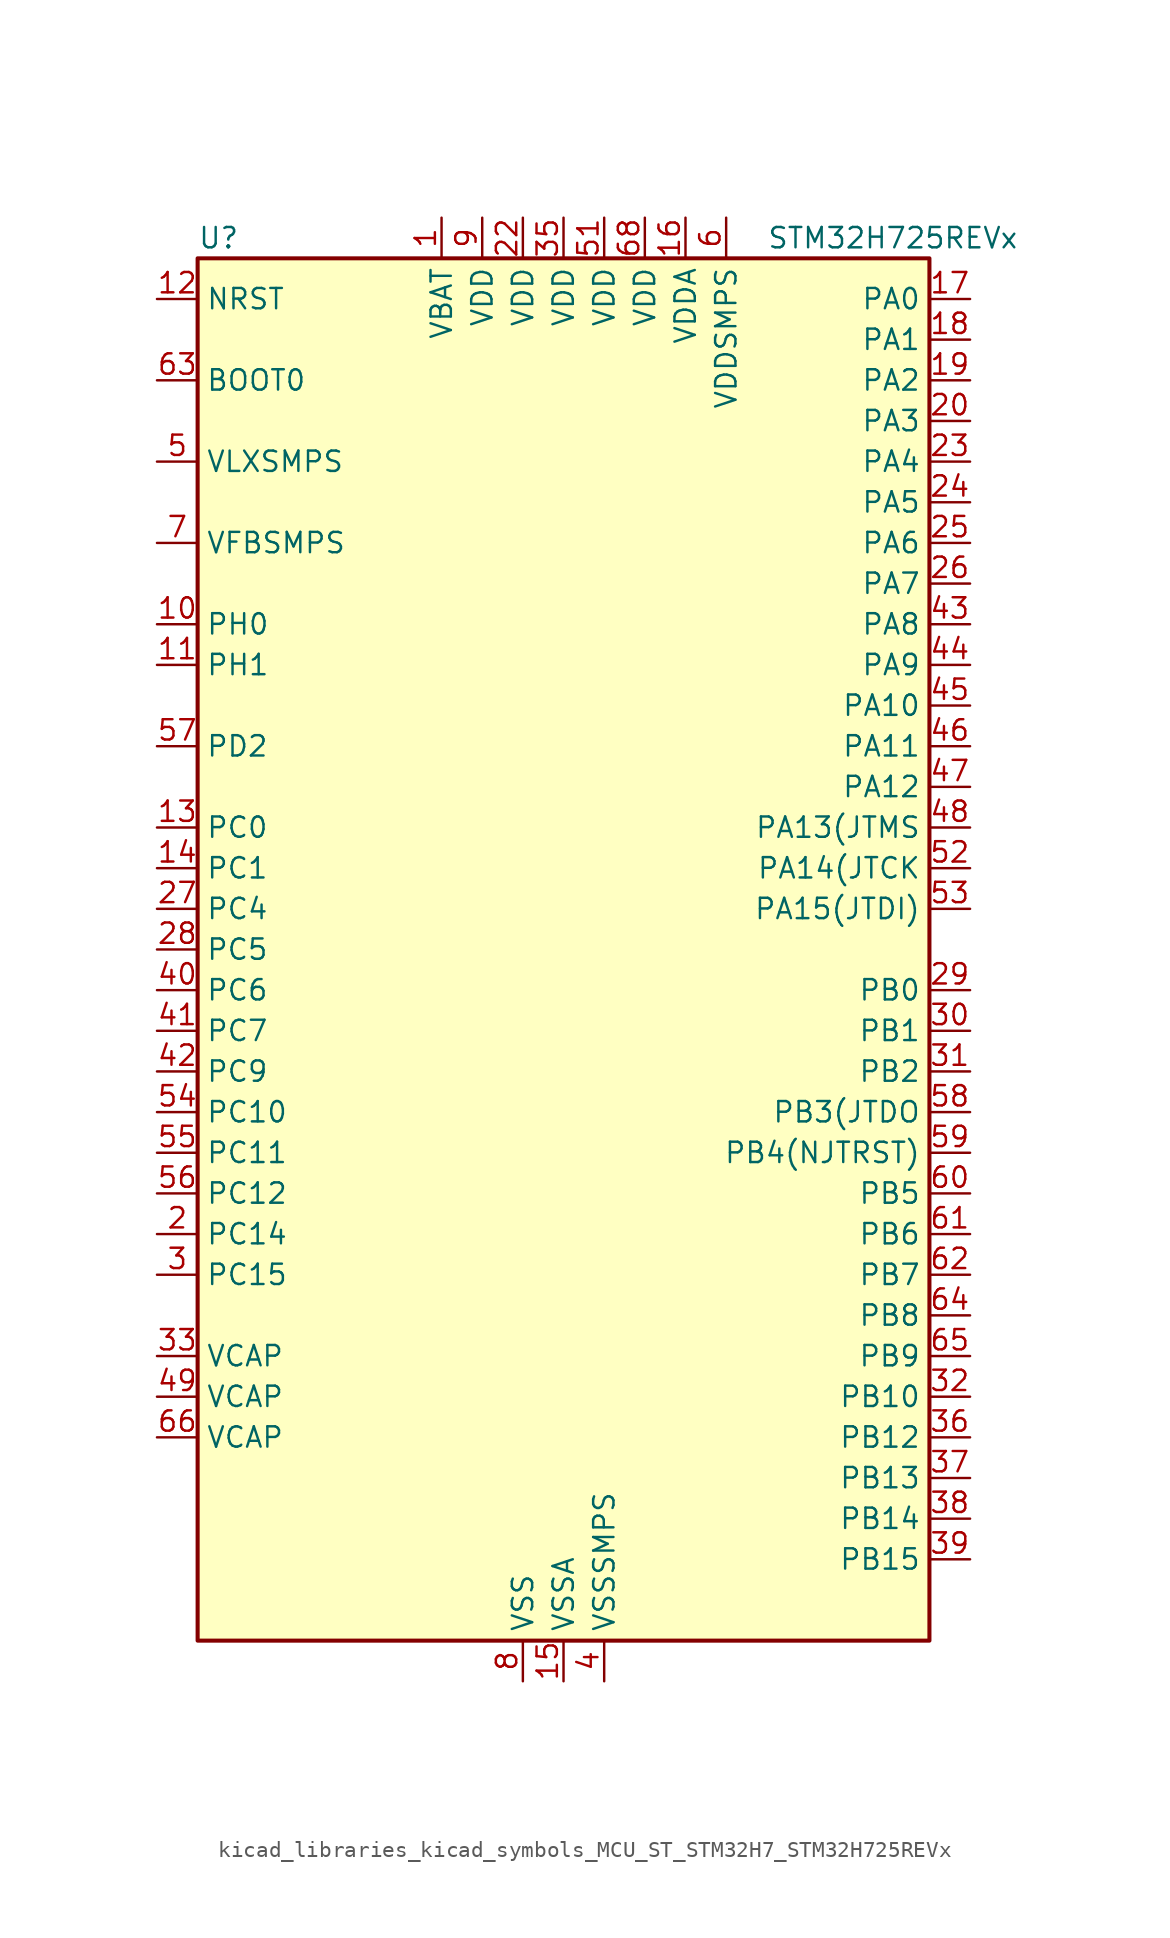
<source format=kicad_sym>
(kicad_symbol_lib
  (version 20220914)
  (generator kicad_symbol_editor)
  (symbol "kicad_libraries_kicad_symbols_MCU_ST_STM32H7_STM32H725REVx"
    (property "Reference" "U"
      (at -22.86 44.45 0)
      (effects (font (size 1.27 1.27)) (justify left)))
    (property "Value" "STM32H725REVx"
      (at 12.7 44.45 0)
      (effects (font (size 1.27 1.27)) (justify left)))
    (property "ki_locked" ""
      (at 0 0 0)
      (effects (font (size 1.27 1.27))))
    (symbol "kicad_libraries_kicad_symbols_MCU_ST_STM32H7_STM32H725REVx_0_1"
      (rectangle (start -22.86 -43.18) (end 22.86 43.18) (stroke (width 0.254) (type default)) (fill (type background))))
    (symbol "kicad_libraries_kicad_symbols_MCU_ST_STM32H7_STM32H725REVx_1_1"
      (pin power_in line (at -7.62 45.72 270) (length 2.54) (name "VBAT" (effects (font (size 1.27 1.27)))) (number "1" (effects (font (size 1.27 1.27)))))
      (pin bidirectional line (at -25.4 20.32 0) (length 2.54) (name "PH0" (effects (font (size 1.27 1.27)))) (number "10" (effects (font (size 1.27 1.27)))) (alternate "RCC_OSC_IN" bidirectional line))
      (pin bidirectional line (at -25.4 17.78 0) (length 2.54) (name "PH1" (effects (font (size 1.27 1.27)))) (number "11" (effects (font (size 1.27 1.27)))) (alternate "RCC_OSC_OUT" bidirectional line))
      (pin input line (at -25.4 40.64 0) (length 2.54) (name "NRST" (effects (font (size 1.27 1.27)))) (number "12" (effects (font (size 1.27 1.27)))))
      (pin bidirectional line (at -25.4 7.62 0) (length 2.54) (name "PC0" (effects (font (size 1.27 1.27)))) (number "13" (effects (font (size 1.27 1.27)))) (alternate "ADC1_INP10" bidirectional line) (alternate "ADC2_INP10" bidirectional line) (alternate "ADC3_INP10" bidirectional line) (alternate "DFSDM1_CKIN0" bidirectional line) (alternate "DFSDM1_DATIN4" bidirectional line) (alternate "LTDC_G2" bidirectional line) (alternate "LTDC_R5" bidirectional line) (alternate "SAI4_FS_B" bidirectional line) (alternate "USB_OTG_HS_ULPI_STP" bidirectional line))
      (pin bidirectional line (at -25.4 5.08 0) (length 2.54) (name "PC1" (effects (font (size 1.27 1.27)))) (number "14" (effects (font (size 1.27 1.27)))) (alternate "ADC1_INN10" bidirectional line) (alternate "ADC1_INP11" bidirectional line) (alternate "ADC2_INN10" bidirectional line) (alternate "ADC2_INP11" bidirectional line) (alternate "ADC3_INN10" bidirectional line) (alternate "ADC3_INP11" bidirectional line) (alternate "DEBUG_TRACED0" bidirectional line) (alternate "DFSDM1_CKIN4" bidirectional line) (alternate "DFSDM1_DATIN0" bidirectional line) (alternate "I2S2_SDO" bidirectional line) (alternate "LTDC_G5" bidirectional line) (alternate "MDIOS_MDC" bidirectional line) (alternate "OCTOSPIM_P1_IO4" bidirectional line) (alternate "PWR_WKUP6" bidirectional line) (alternate "RTC_TAMP3" bidirectional line) (alternate "SAI4_D1" bidirectional line) (alternate "SAI4_SD_A" bidirectional line) (alternate "SDMMC2_CK" bidirectional line) (alternate "SPI2_MOSI" bidirectional line))
      (pin power_in line (at 0 -45.72 90) (length 2.54) (name "VSSA" (effects (font (size 1.27 1.27)))) (number "15" (effects (font (size 1.27 1.27)))))
      (pin power_in line (at 7.62 45.72 270) (length 2.54) (name "VDDA" (effects (font (size 1.27 1.27)))) (number "16" (effects (font (size 1.27 1.27)))))
      (pin bidirectional line (at 25.4 40.64 180) (length 2.54) (name "PA0" (effects (font (size 1.27 1.27)))) (number "17" (effects (font (size 1.27 1.27)))) (alternate "ADC1_INP16" bidirectional line) (alternate "I2S6_WS" bidirectional line) (alternate "PWR_WKUP1" bidirectional line) (alternate "SAI4_SD_B" bidirectional line) (alternate "SDMMC2_CMD" bidirectional line) (alternate "SPI6_NSS" bidirectional line) (alternate "TIM15_BKIN" bidirectional line) (alternate "TIM2_CH1" bidirectional line) (alternate "TIM2_ETR" bidirectional line) (alternate "TIM5_CH1" bidirectional line) (alternate "TIM8_ETR" bidirectional line) (alternate "UART4_TX" bidirectional line) (alternate "USART2_CTS" bidirectional line) (alternate "USART2_NSS" bidirectional line))
      (pin bidirectional line (at 25.4 38.1 180) (length 2.54) (name "PA1" (effects (font (size 1.27 1.27)))) (number "18" (effects (font (size 1.27 1.27)))) (alternate "ADC1_INN16" bidirectional line) (alternate "ADC1_INP17" bidirectional line) (alternate "LPTIM3_OUT" bidirectional line) (alternate "LTDC_R2" bidirectional line) (alternate "OCTOSPIM_P1_DQS" bidirectional line) (alternate "OCTOSPIM_P1_IO3" bidirectional line) (alternate "SAI4_MCLK_B" bidirectional line) (alternate "TIM15_CH1N" bidirectional line) (alternate "TIM2_CH2" bidirectional line) (alternate "TIM5_CH2" bidirectional line) (alternate "UART4_RX" bidirectional line) (alternate "USART2_DE" bidirectional line) (alternate "USART2_RTS" bidirectional line))
      (pin bidirectional line (at 25.4 35.56 180) (length 2.54) (name "PA2" (effects (font (size 1.27 1.27)))) (number "19" (effects (font (size 1.27 1.27)))) (alternate "ADC1_INP14" bidirectional line) (alternate "ADC2_INP14" bidirectional line) (alternate "LPTIM4_OUT" bidirectional line) (alternate "LTDC_R1" bidirectional line) (alternate "MDIOS_MDIO" bidirectional line) (alternate "OCTOSPIM_P1_IO0" bidirectional line) (alternate "PWR_WKUP2" bidirectional line) (alternate "SAI4_SCK_B" bidirectional line) (alternate "TIM15_CH1" bidirectional line) (alternate "TIM2_CH3" bidirectional line) (alternate "TIM5_CH3" bidirectional line) (alternate "USART2_TX" bidirectional line))
      (pin bidirectional line (at -25.4 -17.78 0) (length 2.54) (name "PC14" (effects (font (size 1.27 1.27)))) (number "2" (effects (font (size 1.27 1.27)))) (alternate "RCC_OSC32_IN" bidirectional line))
      (pin bidirectional line (at 25.4 33.02 180) (length 2.54) (name "PA3" (effects (font (size 1.27 1.27)))) (number "20" (effects (font (size 1.27 1.27)))) (alternate "ADC1_INP15" bidirectional line) (alternate "ADC2_INP15" bidirectional line) (alternate "I2S6_MCK" bidirectional line) (alternate "LPTIM5_OUT" bidirectional line) (alternate "LTDC_B2" bidirectional line) (alternate "LTDC_B5" bidirectional line) (alternate "OCTOSPIM_P1_CLK" bidirectional line) (alternate "OCTOSPIM_P1_IO2" bidirectional line) (alternate "TIM15_CH2" bidirectional line) (alternate "TIM2_CH4" bidirectional line) (alternate "TIM5_CH4" bidirectional line) (alternate "USART2_RX" bidirectional line) (alternate "USB_OTG_HS_ULPI_D0" bidirectional line))
      (pin passive line (at -2.54 -45.72 90) (length 2.54) hide (name "VSS" (effects (font (size 1.27 1.27)))) (number "21" (effects (font (size 1.27 1.27)))))
      (pin power_in line (at -2.54 45.72 270) (length 2.54) (name "VDD" (effects (font (size 1.27 1.27)))) (number "22" (effects (font (size 1.27 1.27)))))
      (pin bidirectional line (at 25.4 30.48 180) (length 2.54) (name "PA4" (effects (font (size 1.27 1.27)))) (number "23" (effects (font (size 1.27 1.27)))) (alternate "ADC1_INP18" bidirectional line) (alternate "ADC2_INP18" bidirectional line) (alternate "DAC1_OUT1" bidirectional line) (alternate "DCMI_HSYNC" bidirectional line) (alternate "I2S1_WS" bidirectional line) (alternate "I2S3_WS" bidirectional line) (alternate "I2S6_WS" bidirectional line) (alternate "LTDC_VSYNC" bidirectional line) (alternate "PSSI_DE" bidirectional line) (alternate "SPI1_NSS" bidirectional line) (alternate "SPI3_NSS" bidirectional line) (alternate "SPI6_NSS" bidirectional line) (alternate "TIM5_ETR" bidirectional line) (alternate "USART2_CK" bidirectional line))
      (pin bidirectional line (at 25.4 27.94 180) (length 2.54) (name "PA5" (effects (font (size 1.27 1.27)))) (number "24" (effects (font (size 1.27 1.27)))) (alternate "ADC1_INN18" bidirectional line) (alternate "ADC1_INP19" bidirectional line) (alternate "ADC2_INN18" bidirectional line) (alternate "ADC2_INP19" bidirectional line) (alternate "DAC1_OUT2" bidirectional line) (alternate "I2S1_CK" bidirectional line) (alternate "I2S6_CK" bidirectional line) (alternate "LTDC_R4" bidirectional line) (alternate "PSSI_D14" bidirectional line) (alternate "PWR_NDSTOP2" bidirectional line) (alternate "SPI1_SCK" bidirectional line) (alternate "SPI6_SCK" bidirectional line) (alternate "TIM2_CH1" bidirectional line) (alternate "TIM2_ETR" bidirectional line) (alternate "TIM8_CH1N" bidirectional line) (alternate "USB_OTG_HS_ULPI_CK" bidirectional line))
      (pin bidirectional line (at 25.4 25.4 180) (length 2.54) (name "PA6" (effects (font (size 1.27 1.27)))) (number "25" (effects (font (size 1.27 1.27)))) (alternate "ADC1_INP3" bidirectional line) (alternate "ADC2_INP3" bidirectional line) (alternate "DCMI_PIXCLK" bidirectional line) (alternate "I2S1_SDI" bidirectional line) (alternate "I2S6_SDI" bidirectional line) (alternate "LTDC_G2" bidirectional line) (alternate "MDIOS_MDC" bidirectional line) (alternate "OCTOSPIM_P1_IO3" bidirectional line) (alternate "PSSI_PDCK" bidirectional line) (alternate "SPI1_MISO" bidirectional line) (alternate "SPI6_MISO" bidirectional line) (alternate "TIM13_CH1" bidirectional line) (alternate "TIM1_BKIN" bidirectional line) (alternate "TIM1_BKIN_COMP1" bidirectional line) (alternate "TIM1_BKIN_COMP2" bidirectional line) (alternate "TIM3_CH1" bidirectional line) (alternate "TIM8_BKIN" bidirectional line) (alternate "TIM8_BKIN_COMP1" bidirectional line) (alternate "TIM8_BKIN_COMP2" bidirectional line))
      (pin bidirectional line (at 25.4 22.86 180) (length 2.54) (name "PA7" (effects (font (size 1.27 1.27)))) (number "26" (effects (font (size 1.27 1.27)))) (alternate "ADC1_INN3" bidirectional line) (alternate "ADC1_INP7" bidirectional line) (alternate "ADC2_INN3" bidirectional line) (alternate "ADC2_INP7" bidirectional line) (alternate "I2S1_SDO" bidirectional line) (alternate "I2S6_SDO" bidirectional line) (alternate "LTDC_VSYNC" bidirectional line) (alternate "OCTOSPIM_P1_IO2" bidirectional line) (alternate "OPAMP1_VINM" bidirectional line) (alternate "SPI1_MOSI" bidirectional line) (alternate "SPI6_MOSI" bidirectional line) (alternate "TIM14_CH1" bidirectional line) (alternate "TIM1_CH1N" bidirectional line) (alternate "TIM3_CH2" bidirectional line) (alternate "TIM8_CH1N" bidirectional line))
      (pin bidirectional line (at -25.4 2.54 0) (length 2.54) (name "PC4" (effects (font (size 1.27 1.27)))) (number "27" (effects (font (size 1.27 1.27)))) (alternate "ADC1_INP4" bidirectional line) (alternate "ADC2_INP4" bidirectional line) (alternate "COMP1_INM" bidirectional line) (alternate "DFSDM1_CKIN2" bidirectional line) (alternate "I2S1_MCK" bidirectional line) (alternate "LTDC_R7" bidirectional line) (alternate "OPAMP1_VOUT" bidirectional line) (alternate "SDMMC2_CKIN" bidirectional line) (alternate "SPDIFRX1_IN2" bidirectional line))
      (pin bidirectional line (at -25.4 0 0) (length 2.54) (name "PC5" (effects (font (size 1.27 1.27)))) (number "28" (effects (font (size 1.27 1.27)))) (alternate "ADC1_INN4" bidirectional line) (alternate "ADC1_INP8" bidirectional line) (alternate "ADC2_INN4" bidirectional line) (alternate "ADC2_INP8" bidirectional line) (alternate "COMP1_OUT" bidirectional line) (alternate "DFSDM1_DATIN2" bidirectional line) (alternate "LTDC_DE" bidirectional line) (alternate "OCTOSPIM_P1_DQS" bidirectional line) (alternate "OPAMP1_VINM" bidirectional line) (alternate "PSSI_D15" bidirectional line) (alternate "SAI4_D3" bidirectional line) (alternate "SPDIFRX1_IN3" bidirectional line))
      (pin bidirectional line (at 25.4 -2.54 180) (length 2.54) (name "PB0" (effects (font (size 1.27 1.27)))) (number "29" (effects (font (size 1.27 1.27)))) (alternate "ADC1_INN5" bidirectional line) (alternate "ADC1_INP9" bidirectional line) (alternate "ADC2_INN5" bidirectional line) (alternate "ADC2_INP9" bidirectional line) (alternate "COMP1_INP" bidirectional line) (alternate "DFSDM1_CKOUT" bidirectional line) (alternate "LTDC_G1" bidirectional line) (alternate "LTDC_R3" bidirectional line) (alternate "OCTOSPIM_P1_IO1" bidirectional line) (alternate "OPAMP1_VINP" bidirectional line) (alternate "TIM1_CH2N" bidirectional line) (alternate "TIM3_CH3" bidirectional line) (alternate "TIM8_CH2N" bidirectional line) (alternate "UART4_CTS" bidirectional line) (alternate "USB_OTG_HS_ULPI_D1" bidirectional line))
      (pin bidirectional line (at -25.4 -20.32 0) (length 2.54) (name "PC15" (effects (font (size 1.27 1.27)))) (number "3" (effects (font (size 1.27 1.27)))) (alternate "ADC1_EXTI15" bidirectional line) (alternate "ADC2_EXTI15" bidirectional line) (alternate "ADC3_EXTI15" bidirectional line) (alternate "RCC_OSC32_OUT" bidirectional line))
      (pin bidirectional line (at 25.4 -5.08 180) (length 2.54) (name "PB1" (effects (font (size 1.27 1.27)))) (number "30" (effects (font (size 1.27 1.27)))) (alternate "ADC1_INP5" bidirectional line) (alternate "ADC2_INP5" bidirectional line) (alternate "COMP1_INM" bidirectional line) (alternate "DFSDM1_DATIN1" bidirectional line) (alternate "LTDC_G0" bidirectional line) (alternate "LTDC_R6" bidirectional line) (alternate "OCTOSPIM_P1_IO0" bidirectional line) (alternate "TIM1_CH3N" bidirectional line) (alternate "TIM3_CH4" bidirectional line) (alternate "TIM8_CH3N" bidirectional line) (alternate "USB_OTG_HS_ULPI_D2" bidirectional line))
      (pin bidirectional line (at 25.4 -7.62 180) (length 2.54) (name "PB2" (effects (font (size 1.27 1.27)))) (number "31" (effects (font (size 1.27 1.27)))) (alternate "COMP1_INP" bidirectional line) (alternate "DFSDM1_CKIN1" bidirectional line) (alternate "I2S3_SDO" bidirectional line) (alternate "OCTOSPIM_P1_CLK" bidirectional line) (alternate "OCTOSPIM_P1_DQS" bidirectional line) (alternate "RTC_OUT_ALARM" bidirectional line) (alternate "RTC_OUT_CALIB" bidirectional line) (alternate "SAI4_D1" bidirectional line) (alternate "SAI4_SD_A" bidirectional line) (alternate "SPI3_MOSI" bidirectional line) (alternate "TIM23_ETR" bidirectional line))
      (pin bidirectional line (at 25.4 -27.94 180) (length 2.54) (name "PB10" (effects (font (size 1.27 1.27)))) (number "32" (effects (font (size 1.27 1.27)))) (alternate "DFSDM1_DATIN7" bidirectional line) (alternate "I2C2_SCL" bidirectional line) (alternate "I2S2_CK" bidirectional line) (alternate "LPTIM2_IN1" bidirectional line) (alternate "LTDC_G4" bidirectional line) (alternate "OCTOSPIM_P1_NCS" bidirectional line) (alternate "SPI2_SCK" bidirectional line) (alternate "TIM2_CH3" bidirectional line) (alternate "USART3_TX" bidirectional line) (alternate "USB_OTG_HS_ULPI_D3" bidirectional line))
      (pin power_out line (at -25.4 -25.4 0) (length 2.54) (name "VCAP" (effects (font (size 1.27 1.27)))) (number "33" (effects (font (size 1.27 1.27)))))
      (pin passive line (at -2.54 -45.72 90) (length 2.54) hide (name "VSS" (effects (font (size 1.27 1.27)))) (number "34" (effects (font (size 1.27 1.27)))))
      (pin power_in line (at 0 45.72 270) (length 2.54) (name "VDD" (effects (font (size 1.27 1.27)))) (number "35" (effects (font (size 1.27 1.27)))))
      (pin bidirectional line (at 25.4 -30.48 180) (length 2.54) (name "PB12" (effects (font (size 1.27 1.27)))) (number "36" (effects (font (size 1.27 1.27)))) (alternate "DFSDM1_DATIN1" bidirectional line) (alternate "FDCAN2_RX" bidirectional line) (alternate "I2C2_SMBA" bidirectional line) (alternate "I2S2_WS" bidirectional line) (alternate "OCTOSPIM_P1_IO0" bidirectional line) (alternate "OCTOSPIM_P1_NCLK" bidirectional line) (alternate "SPI2_NSS" bidirectional line) (alternate "TIM1_BKIN" bidirectional line) (alternate "TIM1_BKIN_COMP1" bidirectional line) (alternate "TIM1_BKIN_COMP2" bidirectional line) (alternate "UART5_RX" bidirectional line) (alternate "USART3_CK" bidirectional line) (alternate "USB_OTG_HS_ULPI_D5" bidirectional line))
      (pin bidirectional line (at 25.4 -33.02 180) (length 2.54) (name "PB13" (effects (font (size 1.27 1.27)))) (number "37" (effects (font (size 1.27 1.27)))) (alternate "DCMI_D2" bidirectional line) (alternate "DFSDM1_CKIN1" bidirectional line) (alternate "FDCAN2_TX" bidirectional line) (alternate "I2S2_CK" bidirectional line) (alternate "LPTIM2_OUT" bidirectional line) (alternate "OCTOSPIM_P1_IO2" bidirectional line) (alternate "PSSI_D2" bidirectional line) (alternate "SDMMC1_D0" bidirectional line) (alternate "SPI2_SCK" bidirectional line) (alternate "TIM1_CH1N" bidirectional line) (alternate "UART5_TX" bidirectional line) (alternate "USART3_CTS" bidirectional line) (alternate "USART3_NSS" bidirectional line) (alternate "USB_OTG_HS_ULPI_D6" bidirectional line))
      (pin bidirectional line (at 25.4 -35.56 180) (length 2.54) (name "PB14" (effects (font (size 1.27 1.27)))) (number "38" (effects (font (size 1.27 1.27)))) (alternate "DFSDM1_DATIN2" bidirectional line) (alternate "I2S2_SDI" bidirectional line) (alternate "LTDC_CLK" bidirectional line) (alternate "SDMMC2_D0" bidirectional line) (alternate "SPI2_MISO" bidirectional line) (alternate "TIM12_CH1" bidirectional line) (alternate "TIM1_CH2N" bidirectional line) (alternate "TIM8_CH2N" bidirectional line) (alternate "UART4_DE" bidirectional line) (alternate "UART4_RTS" bidirectional line) (alternate "USART1_TX" bidirectional line) (alternate "USART3_DE" bidirectional line) (alternate "USART3_RTS" bidirectional line))
      (pin bidirectional line (at 25.4 -38.1 180) (length 2.54) (name "PB15" (effects (font (size 1.27 1.27)))) (number "39" (effects (font (size 1.27 1.27)))) (alternate "ADC1_EXTI15" bidirectional line) (alternate "ADC2_EXTI15" bidirectional line) (alternate "ADC3_EXTI15" bidirectional line) (alternate "DFSDM1_CKIN2" bidirectional line) (alternate "I2S2_SDO" bidirectional line) (alternate "LTDC_G7" bidirectional line) (alternate "RTC_REFIN" bidirectional line) (alternate "SDMMC2_D1" bidirectional line) (alternate "SPI2_MOSI" bidirectional line) (alternate "TIM12_CH2" bidirectional line) (alternate "TIM1_CH3N" bidirectional line) (alternate "TIM8_CH3N" bidirectional line) (alternate "UART4_CTS" bidirectional line) (alternate "USART1_RX" bidirectional line))
      (pin power_in line (at 2.54 -45.72 90) (length 2.54) (name "VSSSMPS" (effects (font (size 1.27 1.27)))) (number "4" (effects (font (size 1.27 1.27)))))
      (pin bidirectional line (at -25.4 -2.54 0) (length 2.54) (name "PC6" (effects (font (size 1.27 1.27)))) (number "40" (effects (font (size 1.27 1.27)))) (alternate "DCMI_D0" bidirectional line) (alternate "DFSDM1_CKIN3" bidirectional line) (alternate "I2S2_MCK" bidirectional line) (alternate "LTDC_HSYNC" bidirectional line) (alternate "PSSI_D0" bidirectional line) (alternate "SDMMC1_D0DIR" bidirectional line) (alternate "SDMMC1_D6" bidirectional line) (alternate "SDMMC2_D6" bidirectional line) (alternate "SWPMI1_IO" bidirectional line) (alternate "TIM3_CH1" bidirectional line) (alternate "TIM8_CH1" bidirectional line))
      (pin bidirectional line (at -25.4 -5.08 0) (length 2.54) (name "PC7" (effects (font (size 1.27 1.27)))) (number "41" (effects (font (size 1.27 1.27)))) (alternate "DCMI_D1" bidirectional line) (alternate "DEBUG_TRGIO" bidirectional line) (alternate "DFSDM1_DATIN3" bidirectional line) (alternate "I2S3_MCK" bidirectional line) (alternate "LTDC_G6" bidirectional line) (alternate "PSSI_D1" bidirectional line) (alternate "SDMMC1_D123DIR" bidirectional line) (alternate "SDMMC1_D7" bidirectional line) (alternate "SDMMC2_D7" bidirectional line) (alternate "SWPMI1_TX" bidirectional line) (alternate "TIM3_CH2" bidirectional line) (alternate "TIM8_CH2" bidirectional line))
      (pin bidirectional line (at -25.4 -7.62 0) (length 2.54) (name "PC9" (effects (font (size 1.27 1.27)))) (number "42" (effects (font (size 1.27 1.27)))) (alternate "DAC1_EXTI9" bidirectional line) (alternate "DCMI_D3" bidirectional line) (alternate "I2C3_SDA" bidirectional line) (alternate "I2S_CKIN" bidirectional line) (alternate "LTDC_B2" bidirectional line) (alternate "LTDC_G3" bidirectional line) (alternate "OCTOSPIM_P1_IO0" bidirectional line) (alternate "PSSI_D3" bidirectional line) (alternate "RCC_MCO_2" bidirectional line) (alternate "SDMMC1_D1" bidirectional line) (alternate "SWPMI1_SUSPEND" bidirectional line) (alternate "TIM3_CH4" bidirectional line) (alternate "TIM8_CH4" bidirectional line) (alternate "UART5_CTS" bidirectional line))
      (pin bidirectional line (at 25.4 20.32 180) (length 2.54) (name "PA8" (effects (font (size 1.27 1.27)))) (number "43" (effects (font (size 1.27 1.27)))) (alternate "I2C3_SCL" bidirectional line) (alternate "LTDC_B3" bidirectional line) (alternate "LTDC_R6" bidirectional line) (alternate "RCC_MCO_1" bidirectional line) (alternate "TIM1_CH1" bidirectional line) (alternate "TIM8_BKIN2" bidirectional line) (alternate "TIM8_BKIN2_COMP1" bidirectional line) (alternate "TIM8_BKIN2_COMP2" bidirectional line) (alternate "UART7_RX" bidirectional line) (alternate "USART1_CK" bidirectional line) (alternate "USB_OTG_HS_SOF" bidirectional line))
      (pin bidirectional line (at 25.4 17.78 180) (length 2.54) (name "PA9" (effects (font (size 1.27 1.27)))) (number "44" (effects (font (size 1.27 1.27)))) (alternate "DAC1_EXTI9" bidirectional line) (alternate "DCMI_D0" bidirectional line) (alternate "I2C3_SMBA" bidirectional line) (alternate "I2S2_CK" bidirectional line) (alternate "LPUART1_TX" bidirectional line) (alternate "LTDC_R5" bidirectional line) (alternate "PSSI_D0" bidirectional line) (alternate "SPI2_SCK" bidirectional line) (alternate "TIM1_CH2" bidirectional line) (alternate "USART1_TX" bidirectional line) (alternate "USB_OTG_HS_VBUS" bidirectional line))
      (pin bidirectional line (at 25.4 15.24 180) (length 2.54) (name "PA10" (effects (font (size 1.27 1.27)))) (number "45" (effects (font (size 1.27 1.27)))) (alternate "DCMI_D1" bidirectional line) (alternate "LPUART1_RX" bidirectional line) (alternate "LTDC_B1" bidirectional line) (alternate "LTDC_B4" bidirectional line) (alternate "MDIOS_MDIO" bidirectional line) (alternate "PSSI_D1" bidirectional line) (alternate "TIM1_CH3" bidirectional line) (alternate "USART1_RX" bidirectional line) (alternate "USB_OTG_HS_ID" bidirectional line))
      (pin bidirectional line (at 25.4 12.7 180) (length 2.54) (name "PA11" (effects (font (size 1.27 1.27)))) (number "46" (effects (font (size 1.27 1.27)))) (alternate "ADC1_EXTI11" bidirectional line) (alternate "ADC2_EXTI11" bidirectional line) (alternate "ADC3_EXTI11" bidirectional line) (alternate "FDCAN1_RX" bidirectional line) (alternate "I2S2_WS" bidirectional line) (alternate "LPUART1_CTS" bidirectional line) (alternate "LTDC_R4" bidirectional line) (alternate "SPI2_NSS" bidirectional line) (alternate "TIM1_CH4" bidirectional line) (alternate "UART4_RX" bidirectional line) (alternate "USART1_CTS" bidirectional line) (alternate "USART1_NSS" bidirectional line) (alternate "USB_OTG_HS_DM" bidirectional line))
      (pin bidirectional line (at 25.4 10.16 180) (length 2.54) (name "PA12" (effects (font (size 1.27 1.27)))) (number "47" (effects (font (size 1.27 1.27)))) (alternate "FDCAN1_TX" bidirectional line) (alternate "I2S2_CK" bidirectional line) (alternate "LPUART1_DE" bidirectional line) (alternate "LPUART1_RTS" bidirectional line) (alternate "LTDC_R5" bidirectional line) (alternate "SAI4_FS_B" bidirectional line) (alternate "SPI2_SCK" bidirectional line) (alternate "TIM1_BKIN2" bidirectional line) (alternate "TIM1_ETR" bidirectional line) (alternate "UART4_TX" bidirectional line) (alternate "USART1_DE" bidirectional line) (alternate "USART1_RTS" bidirectional line) (alternate "USB_OTG_HS_DP" bidirectional line))
      (pin bidirectional line (at 25.4 7.62 180) (length 2.54) (name "PA13(JTMS" (effects (font (size 1.27 1.27)))) (number "48" (effects (font (size 1.27 1.27)))) (alternate "DEBUG_JTMS-SWDIO" bidirectional line))
      (pin power_out line (at -25.4 -27.94 0) (length 2.54) (name "VCAP" (effects (font (size 1.27 1.27)))) (number "49" (effects (font (size 1.27 1.27)))))
      (pin power_in line (at -25.4 30.48 0) (length 2.54) (name "VLXSMPS" (effects (font (size 1.27 1.27)))) (number "5" (effects (font (size 1.27 1.27)))))
      (pin passive line (at -2.54 -45.72 90) (length 2.54) hide (name "VSS" (effects (font (size 1.27 1.27)))) (number "50" (effects (font (size 1.27 1.27)))))
      (pin power_in line (at 2.54 45.72 270) (length 2.54) (name "VDD" (effects (font (size 1.27 1.27)))) (number "51" (effects (font (size 1.27 1.27)))))
      (pin bidirectional line (at 25.4 5.08 180) (length 2.54) (name "PA14(JTCK" (effects (font (size 1.27 1.27)))) (number "52" (effects (font (size 1.27 1.27)))) (alternate "DEBUG_JTCK-SWCLK" bidirectional line))
      (pin bidirectional line (at 25.4 2.54 180) (length 2.54) (name "PA15(JTDI)" (effects (font (size 1.27 1.27)))) (number "53" (effects (font (size 1.27 1.27)))) (alternate "ADC1_EXTI15" bidirectional line) (alternate "ADC2_EXTI15" bidirectional line) (alternate "ADC3_EXTI15" bidirectional line) (alternate "CEC" bidirectional line) (alternate "DEBUG_JTDI" bidirectional line) (alternate "I2S1_WS" bidirectional line) (alternate "I2S3_WS" bidirectional line) (alternate "I2S6_WS" bidirectional line) (alternate "LTDC_B6" bidirectional line) (alternate "LTDC_R3" bidirectional line) (alternate "SPI1_NSS" bidirectional line) (alternate "SPI3_NSS" bidirectional line) (alternate "SPI6_NSS" bidirectional line) (alternate "TIM2_CH1" bidirectional line) (alternate "TIM2_ETR" bidirectional line) (alternate "UART4_DE" bidirectional line) (alternate "UART4_RTS" bidirectional line) (alternate "UART7_TX" bidirectional line))
      (pin bidirectional line (at -25.4 -10.16 0) (length 2.54) (name "PC10" (effects (font (size 1.27 1.27)))) (number "54" (effects (font (size 1.27 1.27)))) (alternate "DCMI_D8" bidirectional line) (alternate "DFSDM1_CKIN5" bidirectional line) (alternate "I2S3_CK" bidirectional line) (alternate "LTDC_B1" bidirectional line) (alternate "LTDC_R2" bidirectional line) (alternate "OCTOSPIM_P1_IO1" bidirectional line) (alternate "PSSI_D8" bidirectional line) (alternate "SDMMC1_D2" bidirectional line) (alternate "SPI3_SCK" bidirectional line) (alternate "SWPMI1_RX" bidirectional line) (alternate "UART4_TX" bidirectional line) (alternate "USART3_TX" bidirectional line))
      (pin bidirectional line (at -25.4 -12.7 0) (length 2.54) (name "PC11" (effects (font (size 1.27 1.27)))) (number "55" (effects (font (size 1.27 1.27)))) (alternate "ADC1_EXTI11" bidirectional line) (alternate "ADC2_EXTI11" bidirectional line) (alternate "ADC3_EXTI11" bidirectional line) (alternate "DCMI_D4" bidirectional line) (alternate "DFSDM1_DATIN5" bidirectional line) (alternate "I2S3_SDI" bidirectional line) (alternate "LTDC_B4" bidirectional line) (alternate "OCTOSPIM_P1_NCS" bidirectional line) (alternate "PSSI_D4" bidirectional line) (alternate "SDMMC1_D3" bidirectional line) (alternate "SPI3_MISO" bidirectional line) (alternate "UART4_RX" bidirectional line) (alternate "USART3_RX" bidirectional line))
      (pin bidirectional line (at -25.4 -15.24 0) (length 2.54) (name "PC12" (effects (font (size 1.27 1.27)))) (number "56" (effects (font (size 1.27 1.27)))) (alternate "DCMI_D9" bidirectional line) (alternate "DEBUG_TRACED3" bidirectional line) (alternate "I2S3_SDO" bidirectional line) (alternate "I2S6_CK" bidirectional line) (alternate "LTDC_R6" bidirectional line) (alternate "PSSI_D9" bidirectional line) (alternate "SDMMC1_CK" bidirectional line) (alternate "SPI3_MOSI" bidirectional line) (alternate "SPI6_SCK" bidirectional line) (alternate "TIM15_CH1" bidirectional line) (alternate "UART5_TX" bidirectional line) (alternate "USART3_CK" bidirectional line))
      (pin bidirectional line (at -25.4 12.7 0) (length 2.54) (name "PD2" (effects (font (size 1.27 1.27)))) (number "57" (effects (font (size 1.27 1.27)))) (alternate "DCMI_D11" bidirectional line) (alternate "DEBUG_TRACED2" bidirectional line) (alternate "LTDC_B2" bidirectional line) (alternate "LTDC_B7" bidirectional line) (alternate "PSSI_D11" bidirectional line) (alternate "SDMMC1_CMD" bidirectional line) (alternate "TIM15_BKIN" bidirectional line) (alternate "TIM3_ETR" bidirectional line) (alternate "UART5_RX" bidirectional line))
      (pin bidirectional line (at 25.4 -10.16 180) (length 2.54) (name "PB3(JTDO" (effects (font (size 1.27 1.27)))) (number "58" (effects (font (size 1.27 1.27)))) (alternate "CRS_SYNC" bidirectional line) (alternate "DEBUG_JTDO-SWO" bidirectional line) (alternate "I2S1_CK" bidirectional line) (alternate "I2S3_CK" bidirectional line) (alternate "I2S6_CK" bidirectional line) (alternate "SDMMC2_D2" bidirectional line) (alternate "SPI1_SCK" bidirectional line) (alternate "SPI3_SCK" bidirectional line) (alternate "SPI6_SCK" bidirectional line) (alternate "TIM24_ETR" bidirectional line) (alternate "TIM2_CH2" bidirectional line) (alternate "UART7_RX" bidirectional line))
      (pin bidirectional line (at 25.4 -12.7 180) (length 2.54) (name "PB4(NJTRST)" (effects (font (size 1.27 1.27)))) (number "59" (effects (font (size 1.27 1.27)))) (alternate "DEBUG_JTRST" bidirectional line) (alternate "I2S1_SDI" bidirectional line) (alternate "I2S2_WS" bidirectional line) (alternate "I2S3_SDI" bidirectional line) (alternate "I2S6_SDI" bidirectional line) (alternate "SDMMC2_D3" bidirectional line) (alternate "SPI1_MISO" bidirectional line) (alternate "SPI2_NSS" bidirectional line) (alternate "SPI3_MISO" bidirectional line) (alternate "SPI6_MISO" bidirectional line) (alternate "TIM16_BKIN" bidirectional line) (alternate "TIM3_CH1" bidirectional line) (alternate "UART7_TX" bidirectional line))
      (pin power_in line (at 10.16 45.72 270) (length 2.54) (name "VDDSMPS" (effects (font (size 1.27 1.27)))) (number "6" (effects (font (size 1.27 1.27)))))
      (pin bidirectional line (at 25.4 -15.24 180) (length 2.54) (name "PB5" (effects (font (size 1.27 1.27)))) (number "60" (effects (font (size 1.27 1.27)))) (alternate "DCMI_D10" bidirectional line) (alternate "FDCAN2_RX" bidirectional line) (alternate "I2C1_SMBA" bidirectional line) (alternate "I2C4_SMBA" bidirectional line) (alternate "I2S1_SDO" bidirectional line) (alternate "I2S3_SDO" bidirectional line) (alternate "I2S6_SDO" bidirectional line) (alternate "LTDC_B5" bidirectional line) (alternate "PSSI_D10" bidirectional line) (alternate "SPI1_MOSI" bidirectional line) (alternate "SPI3_MOSI" bidirectional line) (alternate "SPI6_MOSI" bidirectional line) (alternate "TIM17_BKIN" bidirectional line) (alternate "TIM3_CH2" bidirectional line) (alternate "UART5_RX" bidirectional line) (alternate "USB_OTG_HS_ULPI_D7" bidirectional line))
      (pin bidirectional line (at 25.4 -17.78 180) (length 2.54) (name "PB6" (effects (font (size 1.27 1.27)))) (number "61" (effects (font (size 1.27 1.27)))) (alternate "CEC" bidirectional line) (alternate "DCMI_D5" bidirectional line) (alternate "DFSDM1_DATIN5" bidirectional line) (alternate "FDCAN2_TX" bidirectional line) (alternate "I2C1_SCL" bidirectional line) (alternate "I2C4_SCL" bidirectional line) (alternate "LPUART1_TX" bidirectional line) (alternate "OCTOSPIM_P1_NCS" bidirectional line) (alternate "PSSI_D5" bidirectional line) (alternate "TIM16_CH1N" bidirectional line) (alternate "TIM4_CH1" bidirectional line) (alternate "UART5_TX" bidirectional line) (alternate "USART1_TX" bidirectional line))
      (pin bidirectional line (at 25.4 -20.32 180) (length 2.54) (name "PB7" (effects (font (size 1.27 1.27)))) (number "62" (effects (font (size 1.27 1.27)))) (alternate "DCMI_VSYNC" bidirectional line) (alternate "DFSDM1_CKIN5" bidirectional line) (alternate "I2C1_SDA" bidirectional line) (alternate "I2C4_SDA" bidirectional line) (alternate "LPUART1_RX" bidirectional line) (alternate "PSSI_RDY" bidirectional line) (alternate "PWR_PVD_IN" bidirectional line) (alternate "TIM17_CH1N" bidirectional line) (alternate "TIM4_CH2" bidirectional line) (alternate "USART1_RX" bidirectional line))
      (pin input line (at -25.4 35.56 0) (length 2.54) (name "BOOT0" (effects (font (size 1.27 1.27)))) (number "63" (effects (font (size 1.27 1.27)))))
      (pin bidirectional line (at 25.4 -22.86 180) (length 2.54) (name "PB8" (effects (font (size 1.27 1.27)))) (number "64" (effects (font (size 1.27 1.27)))) (alternate "DCMI_D6" bidirectional line) (alternate "DFSDM1_CKIN7" bidirectional line) (alternate "FDCAN1_RX" bidirectional line) (alternate "I2C1_SCL" bidirectional line) (alternate "I2C4_SCL" bidirectional line) (alternate "LTDC_B6" bidirectional line) (alternate "PSSI_D6" bidirectional line) (alternate "SDMMC1_CKIN" bidirectional line) (alternate "SDMMC1_D4" bidirectional line) (alternate "SDMMC2_D4" bidirectional line) (alternate "TIM16_CH1" bidirectional line) (alternate "TIM4_CH3" bidirectional line) (alternate "UART4_RX" bidirectional line))
      (pin bidirectional line (at 25.4 -25.4 180) (length 2.54) (name "PB9" (effects (font (size 1.27 1.27)))) (number "65" (effects (font (size 1.27 1.27)))) (alternate "DAC1_EXTI9" bidirectional line) (alternate "DCMI_D7" bidirectional line) (alternate "DFSDM1_DATIN7" bidirectional line) (alternate "FDCAN1_TX" bidirectional line) (alternate "I2C1_SDA" bidirectional line) (alternate "I2C4_SDA" bidirectional line) (alternate "I2C4_SMBA" bidirectional line) (alternate "I2S2_WS" bidirectional line) (alternate "LTDC_B7" bidirectional line) (alternate "PSSI_D7" bidirectional line) (alternate "SDMMC1_CDIR" bidirectional line) (alternate "SDMMC1_D5" bidirectional line) (alternate "SDMMC2_D5" bidirectional line) (alternate "SPI2_NSS" bidirectional line) (alternate "TIM17_CH1" bidirectional line) (alternate "TIM4_CH4" bidirectional line) (alternate "UART4_TX" bidirectional line))
      (pin power_out line (at -25.4 -30.48 0) (length 2.54) (name "VCAP" (effects (font (size 1.27 1.27)))) (number "66" (effects (font (size 1.27 1.27)))))
      (pin passive line (at -2.54 -45.72 90) (length 2.54) hide (name "VSS" (effects (font (size 1.27 1.27)))) (number "67" (effects (font (size 1.27 1.27)))))
      (pin power_in line (at 5.08 45.72 270) (length 2.54) (name "VDD" (effects (font (size 1.27 1.27)))) (number "68" (effects (font (size 1.27 1.27)))))
      (pin passive line (at -2.54 -45.72 90) (length 2.54) hide (name "VSS" (effects (font (size 1.27 1.27)))) (number "69" (effects (font (size 1.27 1.27)))))
      (pin input line (at -25.4 25.4 0) (length 2.54) (name "VFBSMPS" (effects (font (size 1.27 1.27)))) (number "7" (effects (font (size 1.27 1.27)))))
      (pin power_in line (at -2.54 -45.72 90) (length 2.54) (name "VSS" (effects (font (size 1.27 1.27)))) (number "8" (effects (font (size 1.27 1.27)))))
      (pin power_in line (at -5.08 45.72 270) (length 2.54) (name "VDD" (effects (font (size 1.27 1.27)))) (number "9" (effects (font (size 1.27 1.27))))))))
</source>
